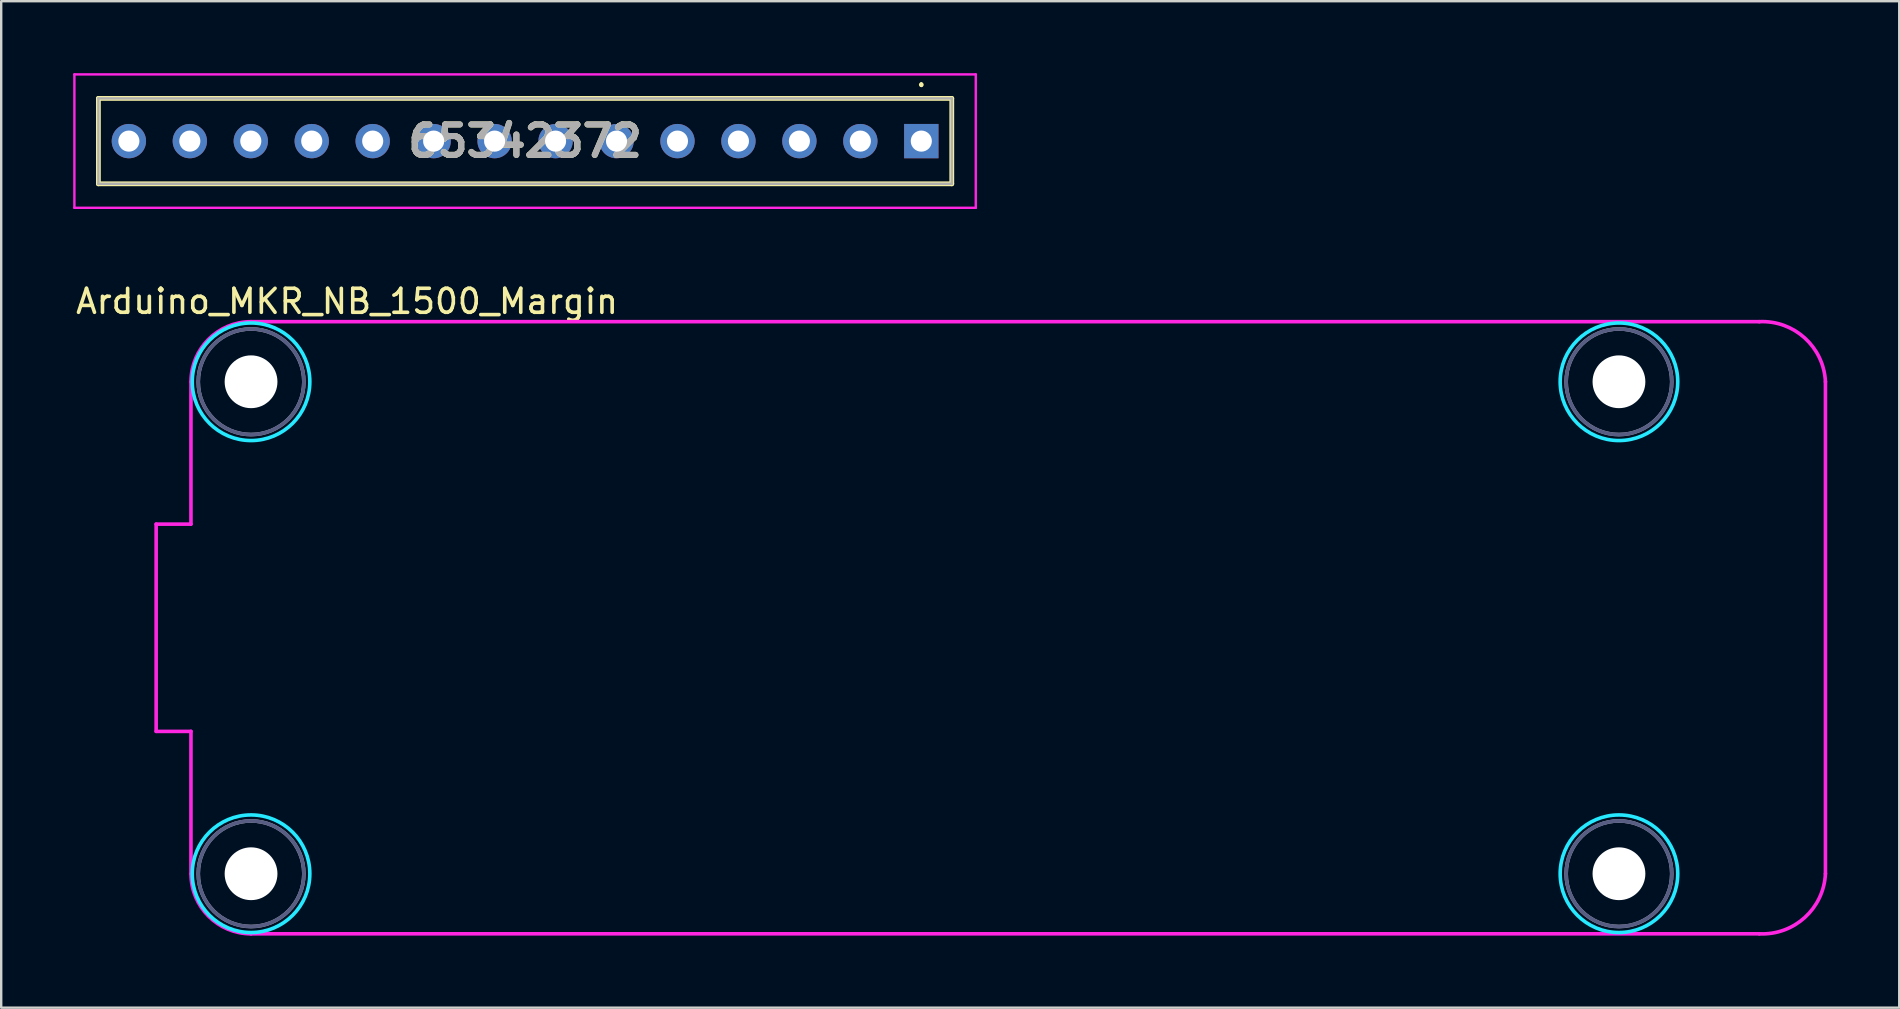
<source format=kicad_pcb>
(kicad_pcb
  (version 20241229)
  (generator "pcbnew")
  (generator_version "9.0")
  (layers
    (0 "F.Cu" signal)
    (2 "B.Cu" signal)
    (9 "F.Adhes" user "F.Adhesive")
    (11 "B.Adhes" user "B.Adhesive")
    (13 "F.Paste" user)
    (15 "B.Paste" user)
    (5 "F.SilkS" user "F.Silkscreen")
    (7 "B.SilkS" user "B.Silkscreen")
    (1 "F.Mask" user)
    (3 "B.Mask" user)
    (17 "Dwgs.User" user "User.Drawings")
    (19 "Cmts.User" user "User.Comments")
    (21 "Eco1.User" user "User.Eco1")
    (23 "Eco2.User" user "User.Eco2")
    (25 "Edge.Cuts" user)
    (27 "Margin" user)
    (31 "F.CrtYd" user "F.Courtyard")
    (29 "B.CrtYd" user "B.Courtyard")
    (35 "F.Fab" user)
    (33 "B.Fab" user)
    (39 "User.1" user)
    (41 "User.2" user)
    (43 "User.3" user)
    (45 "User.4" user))
  (footprint "Arduino_MKR_NB_1500_Margin"
    (layer "F.Cu")
    (at 7.411 12.858)
    (property "Reference" "Arduino_MKR_NB_1500_Margin" (at 4 -3.35 0) (unlocked yes) (layer "F.SilkS") (effects (font (size 1 1) (thickness 0.15))))
    (attr through_hole)
    (fp_circle (center 0 0) (end 2.45 0) (stroke (width 0.15) (type solid)) (fill no) (layer "B.CrtYd"))
    (fp_circle (center 0 20.5) (end 2.45 20.5) (stroke (width 0.15) (type solid)) (fill no) (layer "B.CrtYd"))
    (fp_circle (center 57 0) (end 59.45 0) (stroke (width 0.15) (type solid)) (fill no) (layer "B.CrtYd"))
    (fp_circle (center 57 20.5) (end 59.45 20.5) (stroke (width 0.15) (type solid)) (fill no) (layer "B.CrtYd"))
    (fp_line (start -3.954 5.932) (end -2.504 5.932) (stroke (width 0.15) (type solid)) (layer "F.CrtYd"))
    (fp_line (start -3.954 14.568) (end -3.954 5.932) (stroke (width 0.15) (type solid)) (layer "F.CrtYd"))
    (fp_line (start -2.504 5.932) (end -2.504 0) (stroke (width 0.15) (type solid)) (layer "F.CrtYd"))
    (fp_line (start -2.504 14.568) (end -3.954 14.568) (stroke (width 0.15) (type solid)) (layer "F.CrtYd"))
    (fp_line (start -2.504 20.5) (end -2.504 14.568) (stroke (width 0.15) (type solid)) (layer "F.CrtYd"))
    (fp_line (start 0 -2.504) (end 62.846 -2.504) (stroke (width 0.15) (type solid)) (layer "F.CrtYd"))
    (fp_line (start 62.846 23.004) (end 0 23.004) (stroke (width 0.15) (type solid)) (layer "F.CrtYd"))
    (fp_line (start 65.604 0) (end 65.604 20.5) (stroke (width 0.15) (type solid)) (layer "F.CrtYd"))
    (fp_arc (start -2.504 0) (mid -1.770595 -1.770595) (end 0 -2.504) (stroke (width 0.15) (type solid)) (layer "F.CrtYd"))
    (fp_arc (start 0 23.004) (mid -1.770595 22.270595) (end -2.504 20.5) (stroke (width 0.15) (type solid)) (layer "F.CrtYd"))
    (fp_arc (start 62.846 -2.504) (mid 64.743595 -1.823201) (end 65.604 0) (stroke (width 0.15) (type solid)) (layer "F.CrtYd"))
    (fp_arc (start 65.604 20.5) (mid 64.743595 22.323201) (end 62.846 23.004) (stroke (width 0.15) (type solid)) (layer "F.CrtYd"))
    (fp_circle (center 0 0) (end 2.2 0) (stroke (width 0.15) (type solid)) (fill no) (layer "B.Fab"))
    (fp_circle (center 0 20.5) (end 2.2 20.5) (stroke (width 0.15) (type solid)) (fill no) (layer "B.Fab"))
    (fp_circle (center 57 0) (end 59.2 0) (stroke (width 0.15) (type solid)) (fill no) (layer "B.Fab"))
    (fp_circle (center 57 20.5) (end 59.2 20.5) (stroke (width 0.15) (type solid)) (fill no) (layer "B.Fab"))
    (fp_circle (center 0 0) (end 2.2 0) (stroke (width 0.15) (type solid)) (fill no) (layer "F.Fab"))
    (fp_circle (center 0 20.5) (end 2.2 20.5) (stroke (width 0.15) (type solid)) (fill no) (layer "F.Fab"))
    (fp_circle (center 57 0) (end 59.2 0) (stroke (width 0.15) (type solid)) (fill no) (layer "F.Fab"))
    (fp_circle (center 57 20.5) (end 59.2 20.5) (stroke (width 0.15) (type solid)) (fill no) (layer "F.Fab"))
    (pad "" np_thru_hole circle (at 0 0) (size 2.2 2.2) (drill 2.2) (layers "*.Cu" "*.Mask"))
    (pad "" np_thru_hole circle (at 0 20.5) (size 2.2 2.2) (drill 2.2) (layers "*.Cu" "*.Mask"))
    (pad "" np_thru_hole circle (at 57 0) (size 2.2 2.2) (drill 2.2) (layers "*.Cu" "*.Mask"))
    (pad "" np_thru_hole circle (at 57 20.5) (size 2.2 2.2) (drill 2.2) (layers "*.Cu" "*.Mask")))
  (footprint "65342372"
    (layer "F.Cu")
    (at 35.34 2.83)
    (property "Reference" "65342372" (at -16.51 0 0) (layer "F.SilkS") (effects (font (size 1.27 1.27) (thickness 0.254))))
    (attr through_hole)
    (fp_line (start -34.29 -1.78) (end 1.27 -1.78) (stroke (width 0.2) (type solid)) (layer "F.SilkS"))
    (fp_line (start -34.29 1.78) (end -34.29 -1.78) (stroke (width 0.2) (type solid)) (layer "F.SilkS"))
    (fp_line (start 0 -2.4) (end 0 -2.4) (stroke (width 0.1) (type solid)) (layer "F.SilkS"))
    (fp_line (start 0 -2.3) (end 0 -2.3) (stroke (width 0.1) (type solid)) (layer "F.SilkS"))
    (fp_line (start 1.27 -1.78) (end 1.27 1.78) (stroke (width 0.2) (type solid)) (layer "F.SilkS"))
    (fp_line (start 1.27 1.78) (end -34.29 1.78) (stroke (width 0.2) (type solid)) (layer "F.SilkS"))
    (fp_arc (start 0 -2.4) (mid 0.05 -2.35) (end 0 -2.3) (stroke (width 0.1) (type solid)) (layer "F.SilkS"))
    (fp_arc (start 0 -2.3) (mid -0.05 -2.35) (end 0 -2.4) (stroke (width 0.1) (type solid)) (layer "F.SilkS"))
    (fp_line (start -35.29 -2.78) (end 2.27 -2.78) (stroke (width 0.1) (type solid)) (layer "F.CrtYd"))
    (fp_line (start -35.29 2.78) (end -35.29 -2.78) (stroke (width 0.1) (type solid)) (layer "F.CrtYd"))
    (fp_line (start 2.27 -2.78) (end 2.27 2.78) (stroke (width 0.1) (type solid)) (layer "F.CrtYd"))
    (fp_line (start 2.27 2.78) (end -35.29 2.78) (stroke (width 0.1) (type solid)) (layer "F.CrtYd"))
    (fp_line (start -34.29 -1.78) (end -34.29 1.78) (stroke (width 0.1) (type solid)) (layer "F.Fab"))
    (fp_line (start -34.29 1.78) (end 1.27 1.78) (stroke (width 0.1) (type solid)) (layer "F.Fab"))
    (fp_line (start 1.27 -1.78) (end -34.29 -1.78) (stroke (width 0.1) (type solid)) (layer "F.Fab"))
    (fp_line (start 1.27 1.78) (end 1.27 -1.78) (stroke (width 0.1) (type solid)) (layer "F.Fab"))
    (fp_text user "${REFERENCE}" (at -16.51 0 0) (layer "F.Fab") (effects (font (size 1.27 1.27) (thickness 0.254))))
    (pad "1" thru_hole rect (at 0 0) (size 1.43 1.43) (drill 0.88) (layers "*.Cu" "*.Mask"))
    (pad "2" thru_hole circle (at -2.54 0) (size 1.43 1.43) (drill 0.88) (layers "*.Cu" "*.Mask"))
    (pad "3" thru_hole circle (at -5.08 0) (size 1.43 1.43) (drill 0.88) (layers "*.Cu" "*.Mask"))
    (pad "4" thru_hole circle (at -7.62 0) (size 1.43 1.43) (drill 0.88) (layers "*.Cu" "*.Mask"))
    (pad "5" thru_hole circle (at -10.16 0) (size 1.43 1.43) (drill 0.88) (layers "*.Cu" "*.Mask"))
    (pad "6" thru_hole circle (at -12.7 0) (size 1.43 1.43) (drill 0.88) (layers "*.Cu" "*.Mask"))
    (pad "7" thru_hole circle (at -15.24 0) (size 1.43 1.43) (drill 0.88) (layers "*.Cu" "*.Mask"))
    (pad "8" thru_hole circle (at -17.78 0) (size 1.43 1.43) (drill 0.88) (layers "*.Cu" "*.Mask"))
    (pad "9" thru_hole circle (at -20.32 0) (size 1.43 1.43) (drill 0.88) (layers "*.Cu" "*.Mask"))
    (pad "10" thru_hole circle (at -22.86 0) (size 1.43 1.43) (drill 0.88) (layers "*.Cu" "*.Mask"))
    (pad "11" thru_hole circle (at -25.4 0) (size 1.43 1.43) (drill 0.88) (layers "*.Cu" "*.Mask"))
    (pad "12" thru_hole circle (at -27.94 0) (size 1.43 1.43) (drill 0.88) (layers "*.Cu" "*.Mask"))
    (pad "13" thru_hole circle (at -30.48 0) (size 1.43 1.43) (drill 0.88) (layers "*.Cu" "*.Mask"))
    (pad "14" thru_hole circle (at -33.02 0) (size 1.43 1.43) (drill 0.88) (layers "*.Cu" "*.Mask")))
  (gr_rect
    (start -3 -3)
    (end 76.09 38.94)
    (stroke (width 0.1) (type default))
    (fill no)
    (layer "Edge.Cuts")))
</source>
